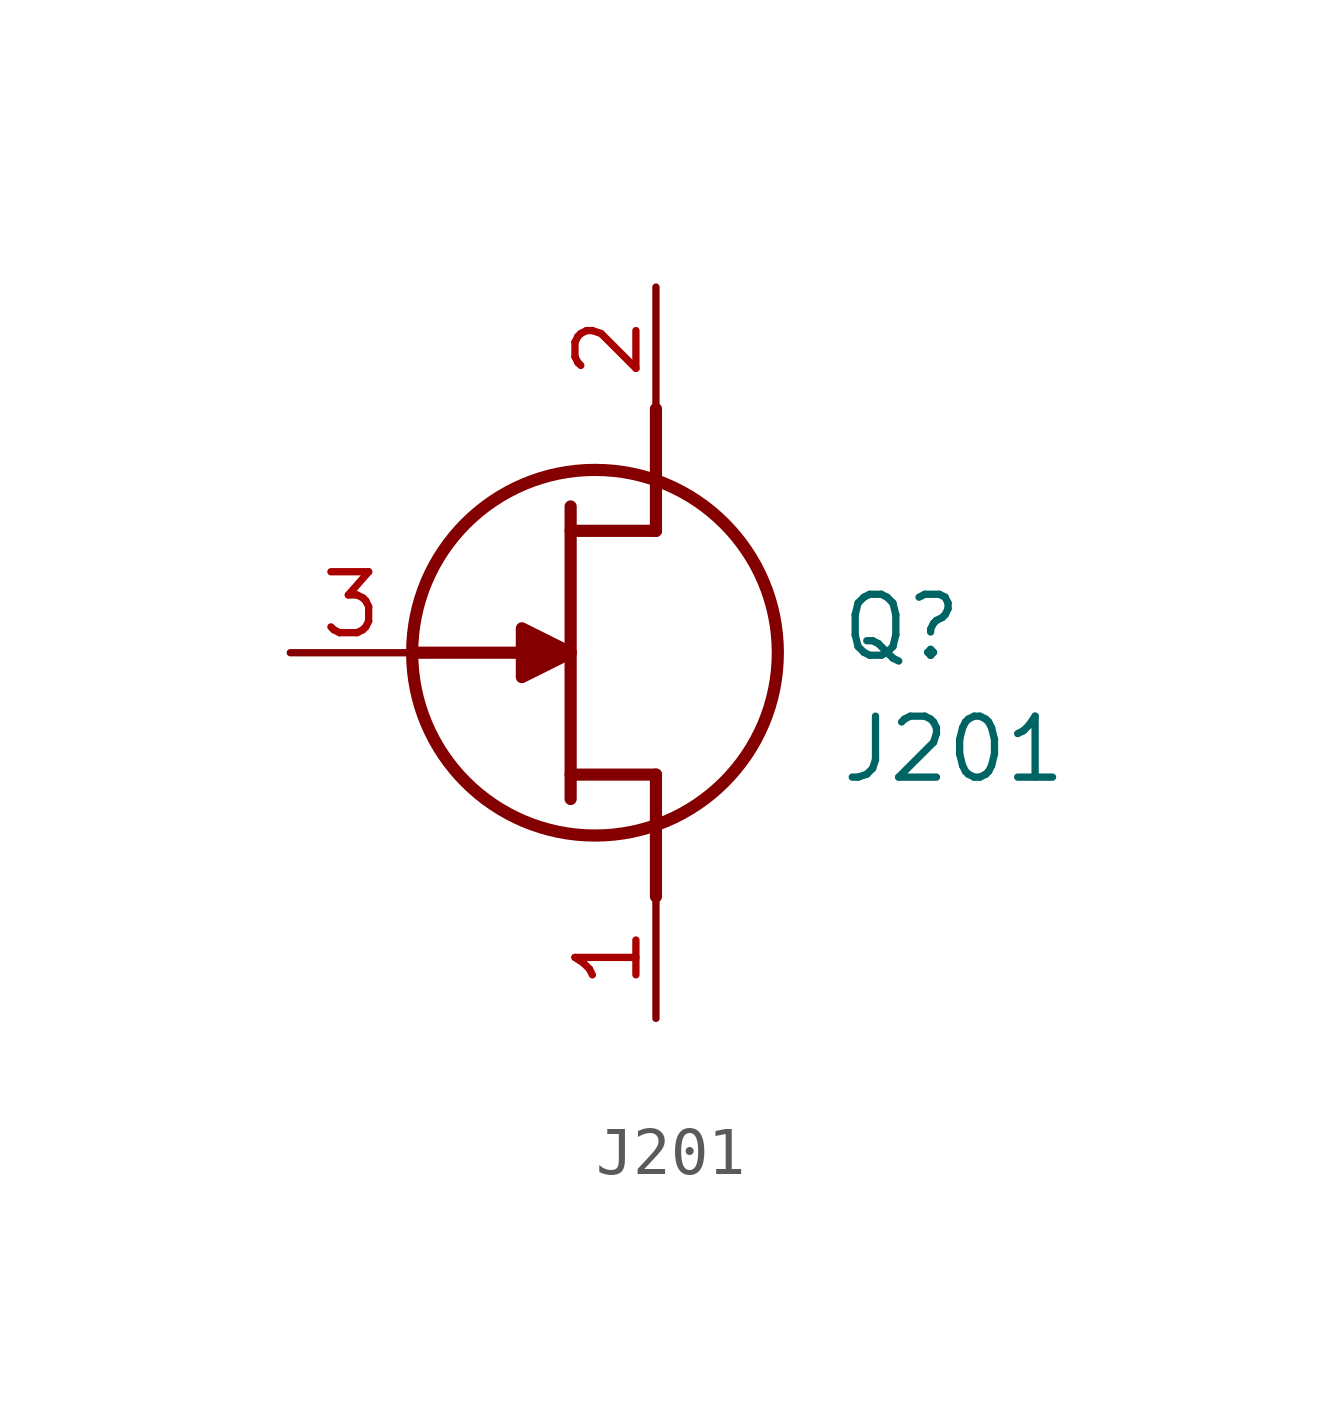
<source format=kicad_sym>
(kicad_symbol_lib
  (version 20211014)
  (generator SamacSys_ECAD_Model)
  (symbol "J201"
    (pin_names hide)
    (property "Reference" "Q"
      (at 11.43 1.27 0)
      (effects (font (size 1.27 1.27)) (justify left top)))
    (property "Value" "J201"
      (at 11.43 -1.27 0)
      (effects (font (size 1.27 1.27)) (justify left top)))
    (polyline
      (pts (xy 7.62 2.54) (xy 7.62 5.08))
      (stroke (width 0.254) (type default))
      (fill (type none)))
    (polyline
      (pts (xy 7.62 2.54) (xy 5.842 2.54))
      (stroke (width 0.254) (type default))
      (fill (type none)))
    (polyline
      (pts (xy 5.842 -2.54) (xy 7.62 -2.54))
      (stroke (width 0.254) (type default))
      (fill (type none)))
    (polyline
      (pts (xy 5.842 3.048) (xy 5.842 -3.048))
      (stroke (width 0.254) (type default))
      (fill (type none)))
    (polyline
      (pts (xy 7.62 -5.08) (xy 7.62 -2.54))
      (stroke (width 0.254) (type default))
      (fill (type none)))
    (polyline
      (pts (xy 2.54 0) (xy 5.842 0))
      (stroke (width 0.254) (type default))
      (fill (type none)))
    (circle
      (center 6.35 0)
      (radius 3.81)
      (stroke (width 0.254) (type default))
      (fill (type none)))
    (polyline
      (pts (xy 5.842 0) (xy 4.826 -0.508) (xy 4.826 0.508) (xy 5.842 0))
      (stroke (width 0.254) (type default))
      (fill (type outline)))
    (pin passive line
      (at 0 0 0)
      (length 2.54)
      (name "G" (effects (font (size 1.27 1.27))))
      (number "3" (effects (font (size 1.27 1.27)))))
    (pin passive line
      (at 7.62 7.62 270)
      (length 2.54)
      (name "D" (effects (font (size 1.27 1.27))))
      (number "2" (effects (font (size 1.27 1.27)))))
    (pin passive line
      (at 7.62 -7.62 90)
      (length 2.54)
      (name "S" (effects (font (size 1.27 1.27))))
      (number "1" (effects (font (size 1.27 1.27)))))))
</source>
